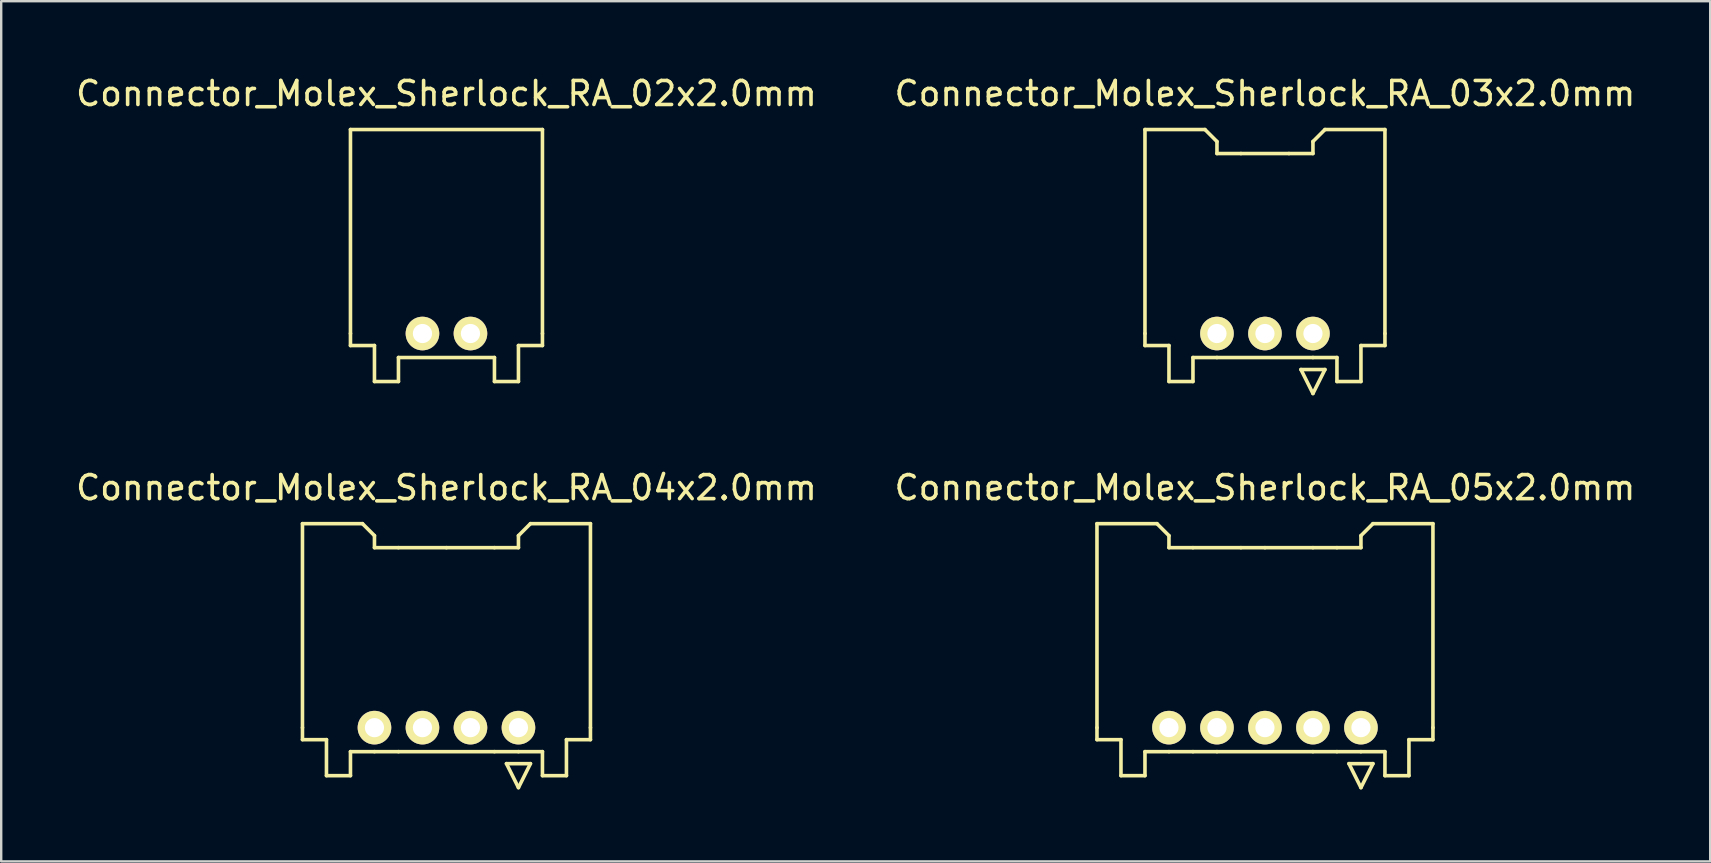
<source format=kicad_pcb>
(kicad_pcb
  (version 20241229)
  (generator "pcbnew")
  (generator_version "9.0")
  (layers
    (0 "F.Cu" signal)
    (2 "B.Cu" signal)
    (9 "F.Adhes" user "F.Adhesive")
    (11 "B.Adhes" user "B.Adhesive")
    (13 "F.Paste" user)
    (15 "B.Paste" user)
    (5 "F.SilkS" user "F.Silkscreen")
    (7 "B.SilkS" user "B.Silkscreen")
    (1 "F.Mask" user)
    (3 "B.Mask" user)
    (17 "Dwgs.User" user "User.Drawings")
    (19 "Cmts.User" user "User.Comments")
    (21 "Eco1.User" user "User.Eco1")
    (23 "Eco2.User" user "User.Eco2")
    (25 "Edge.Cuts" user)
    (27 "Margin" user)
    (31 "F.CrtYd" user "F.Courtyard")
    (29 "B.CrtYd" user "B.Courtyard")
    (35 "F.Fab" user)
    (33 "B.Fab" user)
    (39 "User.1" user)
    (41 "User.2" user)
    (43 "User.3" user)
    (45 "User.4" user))
  (footprint "Connector_Molex_Sherlock_RA_03x2.0mm"
    (layer "F.Cu")
    (at 49.661 10.848)
    (property "Reference" "Connector_Molex_Sherlock_RA_03x2.0mm" (at 0 -10 0) (layer "F.SilkS") (effects (font (size 1 1) (thickness 0.15))))
    (attr through_hole)
    (fp_line (start -5 -8.5) (end -5 0) (stroke (width 0.15) (type solid)) (layer "F.SilkS"))
    (fp_line (start -5 0.5) (end -5 0) (stroke (width 0.15) (type solid)) (layer "F.SilkS"))
    (fp_line (start -4 0.5) (end -5 0.5) (stroke (width 0.15) (type solid)) (layer "F.SilkS"))
    (fp_line (start -4 2) (end -4 0.5) (stroke (width 0.15) (type solid)) (layer "F.SilkS"))
    (fp_line (start -3 1) (end -3 2) (stroke (width 0.15) (type solid)) (layer "F.SilkS"))
    (fp_line (start -3 2) (end -4 2) (stroke (width 0.15) (type solid)) (layer "F.SilkS"))
    (fp_line (start -2.5 -8.5) (end -5 -8.5) (stroke (width 0.15) (type solid)) (layer "F.SilkS"))
    (fp_line (start -2 -8) (end -2.5 -8.5) (stroke (width 0.15) (type solid)) (layer "F.SilkS"))
    (fp_line (start -2 -7.5) (end -2 -8) (stroke (width 0.15) (type solid)) (layer "F.SilkS"))
    (fp_line (start -2 1) (end -3 1) (stroke (width 0.15) (type solid)) (layer "F.SilkS"))
    (fp_line (start -1 -7.5) (end -2 -7.5) (stroke (width 0.15) (type solid)) (layer "F.SilkS"))
    (fp_line (start 1 -7.5) (end -1 -7.5) (stroke (width 0.15) (type solid)) (layer "F.SilkS"))
    (fp_line (start 1.5 1.5) (end 2 2.5) (stroke (width 0.15) (type solid)) (layer "F.SilkS"))
    (fp_line (start 2 -8) (end 2.5 -8.5) (stroke (width 0.15) (type solid)) (layer "F.SilkS"))
    (fp_line (start 2 -7.5) (end 1 -7.5) (stroke (width 0.15) (type solid)) (layer "F.SilkS"))
    (fp_line (start 2 -7.5) (end 2 -8) (stroke (width 0.15) (type solid)) (layer "F.SilkS"))
    (fp_line (start 2 1) (end -2 1) (stroke (width 0.15) (type solid)) (layer "F.SilkS"))
    (fp_line (start 2 2.5) (end 2.5 1.5) (stroke (width 0.15) (type solid)) (layer "F.SilkS"))
    (fp_line (start 2.5 -8.5) (end 5 -8.5) (stroke (width 0.15) (type solid)) (layer "F.SilkS"))
    (fp_line (start 2.5 1.5) (end 1.5 1.5) (stroke (width 0.15) (type solid)) (layer "F.SilkS"))
    (fp_line (start 3 1) (end 2 1) (stroke (width 0.15) (type solid)) (layer "F.SilkS"))
    (fp_line (start 3 2) (end 3 1) (stroke (width 0.15) (type solid)) (layer "F.SilkS"))
    (fp_line (start 4 0.5) (end 4 2) (stroke (width 0.15) (type solid)) (layer "F.SilkS"))
    (fp_line (start 4 0.5) (end 5 0.5) (stroke (width 0.15) (type solid)) (layer "F.SilkS"))
    (fp_line (start 4 2) (end 3 2) (stroke (width 0.15) (type solid)) (layer "F.SilkS"))
    (fp_line (start 5 -8.5) (end 5 0) (stroke (width 0.15) (type solid)) (layer "F.SilkS"))
    (fp_line (start 5 0.5) (end 5 0) (stroke (width 0.15) (type solid)) (layer "F.SilkS"))
    (pad "1" thru_hole circle (at 2 0) (size 1.4 1.4) (drill 0.8) (layers "*.Cu" "*.Mask" "F.SilkS"))
    (pad "2" thru_hole circle (at 0 0) (size 1.4 1.4) (drill 0.8) (layers "*.Cu" "*.Mask" "F.SilkS"))
    (pad "3" thru_hole circle (at -2 0) (size 1.4 1.4) (drill 0.8) (layers "*.Cu" "*.Mask" "F.SilkS")))
  (footprint "Connector_Molex_Sherlock_RA_04x2.0mm"
    (layer "F.Cu")
    (at 15.554 27.271)
    (property "Reference" "Connector_Molex_Sherlock_RA_04x2.0mm" (at 0 -10 0) (layer "F.SilkS") (effects (font (size 1 1) (thickness 0.15))))
    (attr through_hole)
    (fp_line (start -6 -8.5) (end -6 0) (stroke (width 0.15) (type solid)) (layer "F.SilkS"))
    (fp_line (start -6 0.5) (end -6 0) (stroke (width 0.15) (type solid)) (layer "F.SilkS"))
    (fp_line (start -5 0.5) (end -6 0.5) (stroke (width 0.15) (type solid)) (layer "F.SilkS"))
    (fp_line (start -5 2) (end -5 0.5) (stroke (width 0.15) (type solid)) (layer "F.SilkS"))
    (fp_line (start -4 1) (end -4 2) (stroke (width 0.15) (type solid)) (layer "F.SilkS"))
    (fp_line (start -4 2) (end -5 2) (stroke (width 0.15) (type solid)) (layer "F.SilkS"))
    (fp_line (start -3.5 -8.5) (end -6 -8.5) (stroke (width 0.15) (type solid)) (layer "F.SilkS"))
    (fp_line (start -3 -8) (end -3.5 -8.5) (stroke (width 0.15) (type solid)) (layer "F.SilkS"))
    (fp_line (start -3 -7.5) (end -3 -8) (stroke (width 0.15) (type solid)) (layer "F.SilkS"))
    (fp_line (start -3 1) (end -4 1) (stroke (width 0.15) (type solid)) (layer "F.SilkS"))
    (fp_line (start -2 -7.5) (end -3 -7.5) (stroke (width 0.15) (type solid)) (layer "F.SilkS"))
    (fp_line (start -2 1) (end -3 1) (stroke (width 0.15) (type solid)) (layer "F.SilkS"))
    (fp_line (start 0 -7.5) (end -2 -7.5) (stroke (width 0.15) (type solid)) (layer "F.SilkS"))
    (fp_line (start 2 -7.5) (end 0 -7.5) (stroke (width 0.15) (type solid)) (layer "F.SilkS"))
    (fp_line (start 2 1) (end -2 1) (stroke (width 0.15) (type solid)) (layer "F.SilkS"))
    (fp_line (start 2 1) (end 3 1) (stroke (width 0.15) (type solid)) (layer "F.SilkS"))
    (fp_line (start 2.5 1.5) (end 3 2.5) (stroke (width 0.15) (type solid)) (layer "F.SilkS"))
    (fp_line (start 3 -8) (end 3.5 -8.5) (stroke (width 0.15) (type solid)) (layer "F.SilkS"))
    (fp_line (start 3 -7.5) (end 2 -7.5) (stroke (width 0.15) (type solid)) (layer "F.SilkS"))
    (fp_line (start 3 -7.5) (end 3 -8) (stroke (width 0.15) (type solid)) (layer "F.SilkS"))
    (fp_line (start 3 2.5) (end 3.5 1.5) (stroke (width 0.15) (type solid)) (layer "F.SilkS"))
    (fp_line (start 3.5 -8.5) (end 6 -8.5) (stroke (width 0.15) (type solid)) (layer "F.SilkS"))
    (fp_line (start 3.5 1.5) (end 2.5 1.5) (stroke (width 0.15) (type solid)) (layer "F.SilkS"))
    (fp_line (start 4 1) (end 3 1) (stroke (width 0.15) (type solid)) (layer "F.SilkS"))
    (fp_line (start 4 2) (end 4 1) (stroke (width 0.15) (type solid)) (layer "F.SilkS"))
    (fp_line (start 5 0.5) (end 5 2) (stroke (width 0.15) (type solid)) (layer "F.SilkS"))
    (fp_line (start 5 0.5) (end 6 0.5) (stroke (width 0.15) (type solid)) (layer "F.SilkS"))
    (fp_line (start 5 2) (end 4 2) (stroke (width 0.15) (type solid)) (layer "F.SilkS"))
    (fp_line (start 6 -8.5) (end 6 0) (stroke (width 0.15) (type solid)) (layer "F.SilkS"))
    (fp_line (start 6 0.5) (end 6 0) (stroke (width 0.15) (type solid)) (layer "F.SilkS"))
    (pad "1" thru_hole circle (at 3 0) (size 1.4 1.4) (drill 0.8) (layers "*.Cu" "*.Mask" "F.SilkS"))
    (pad "2" thru_hole circle (at 1 0) (size 1.4 1.4) (drill 0.8) (layers "*.Cu" "*.Mask" "F.SilkS"))
    (pad "3" thru_hole circle (at -1 0) (size 1.4 1.4) (drill 0.8) (layers "*.Cu" "*.Mask" "F.SilkS"))
    (pad "4" thru_hole circle (at -3 0) (size 1.4 1.4) (drill 0.8) (layers "*.Cu" "*.Mask" "F.SilkS")))
  (footprint "Connector_Molex_Sherlock_RA_02x2.0mm"
    (layer "F.Cu")
    (at 15.554 10.848)
    (property "Reference" "Connector_Molex_Sherlock_RA_02x2.0mm" (at 0 -10 0) (layer "F.SilkS") (effects (font (size 1 1) (thickness 0.15))))
    (attr through_hole)
    (fp_line (start -4 -8.5) (end -4 0) (stroke (width 0.15) (type solid)) (layer "F.SilkS"))
    (fp_line (start -4 -8.5) (end 4 -8.5) (stroke (width 0.15) (type solid)) (layer "F.SilkS"))
    (fp_line (start -4 0.5) (end -4 0) (stroke (width 0.15) (type solid)) (layer "F.SilkS"))
    (fp_line (start -3 0.5) (end -4 0.5) (stroke (width 0.15) (type solid)) (layer "F.SilkS"))
    (fp_line (start -3 2) (end -3 0.5) (stroke (width 0.15) (type solid)) (layer "F.SilkS"))
    (fp_line (start -2 1) (end -2 2) (stroke (width 0.15) (type solid)) (layer "F.SilkS"))
    (fp_line (start -2 2) (end -3 2) (stroke (width 0.15) (type solid)) (layer "F.SilkS"))
    (fp_line (start 2 1) (end -2 1) (stroke (width 0.15) (type solid)) (layer "F.SilkS"))
    (fp_line (start 2 2) (end 2 1) (stroke (width 0.15) (type solid)) (layer "F.SilkS"))
    (fp_line (start 3 0.5) (end 3 2) (stroke (width 0.15) (type solid)) (layer "F.SilkS"))
    (fp_line (start 3 0.5) (end 4 0.5) (stroke (width 0.15) (type solid)) (layer "F.SilkS"))
    (fp_line (start 3 2) (end 2 2) (stroke (width 0.15) (type solid)) (layer "F.SilkS"))
    (fp_line (start 4 -8.5) (end 4 0) (stroke (width 0.15) (type solid)) (layer "F.SilkS"))
    (fp_line (start 4 0.5) (end 4 0) (stroke (width 0.15) (type solid)) (layer "F.SilkS"))
    (pad "1" thru_hole circle (at 1 0) (size 1.4 1.4) (drill 0.8) (layers "*.Cu" "*.Mask" "F.SilkS"))
    (pad "2" thru_hole circle (at -1 0) (size 1.4 1.4) (drill 0.8) (layers "*.Cu" "*.Mask" "F.SilkS")))
  (footprint "Connector_Molex_Sherlock_RA_05x2.0mm"
    (layer "F.Cu")
    (at 49.661 27.271)
    (property "Reference" "Connector_Molex_Sherlock_RA_05x2.0mm" (at 0 -10 0) (layer "F.SilkS") (effects (font (size 1 1) (thickness 0.15))))
    (attr through_hole)
    (fp_line (start -7 -8.5) (end -7 0) (stroke (width 0.15) (type solid)) (layer "F.SilkS"))
    (fp_line (start -7 0.5) (end -7 0) (stroke (width 0.15) (type solid)) (layer "F.SilkS"))
    (fp_line (start -6 0.5) (end -7 0.5) (stroke (width 0.15) (type solid)) (layer "F.SilkS"))
    (fp_line (start -6 2) (end -6 0.5) (stroke (width 0.15) (type solid)) (layer "F.SilkS"))
    (fp_line (start -5 1) (end -5 2) (stroke (width 0.15) (type solid)) (layer "F.SilkS"))
    (fp_line (start -5 2) (end -6 2) (stroke (width 0.15) (type solid)) (layer "F.SilkS"))
    (fp_line (start -4.5 -8.5) (end -7 -8.5) (stroke (width 0.15) (type solid)) (layer "F.SilkS"))
    (fp_line (start -4 -8) (end -4.5 -8.5) (stroke (width 0.15) (type solid)) (layer "F.SilkS"))
    (fp_line (start -4 -7.5) (end -4 -8) (stroke (width 0.15) (type solid)) (layer "F.SilkS"))
    (fp_line (start -4 1) (end -5 1) (stroke (width 0.15) (type solid)) (layer "F.SilkS"))
    (fp_line (start -3 -7.5) (end -4 -7.5) (stroke (width 0.15) (type solid)) (layer "F.SilkS"))
    (fp_line (start -3 1) (end -4 1) (stroke (width 0.15) (type solid)) (layer "F.SilkS"))
    (fp_line (start -2 1) (end -3 1) (stroke (width 0.15) (type solid)) (layer "F.SilkS"))
    (fp_line (start -1 -7.5) (end -3 -7.5) (stroke (width 0.15) (type solid)) (layer "F.SilkS"))
    (fp_line (start 0 -7.5) (end -1 -7.5) (stroke (width 0.15) (type solid)) (layer "F.SilkS"))
    (fp_line (start 2 -7.5) (end 0 -7.5) (stroke (width 0.15) (type solid)) (layer "F.SilkS"))
    (fp_line (start 2 1) (end -2 1) (stroke (width 0.15) (type solid)) (layer "F.SilkS"))
    (fp_line (start 3 -7.5) (end 2 -7.5) (stroke (width 0.15) (type solid)) (layer "F.SilkS"))
    (fp_line (start 3 1) (end 2 1) (stroke (width 0.15) (type solid)) (layer "F.SilkS"))
    (fp_line (start 3 1) (end 4 1) (stroke (width 0.15) (type solid)) (layer "F.SilkS"))
    (fp_line (start 3.5 1.5) (end 4 2.5) (stroke (width 0.15) (type solid)) (layer "F.SilkS"))
    (fp_line (start 4 -8) (end 4.5 -8.5) (stroke (width 0.15) (type solid)) (layer "F.SilkS"))
    (fp_line (start 4 -7.5) (end 3 -7.5) (stroke (width 0.15) (type solid)) (layer "F.SilkS"))
    (fp_line (start 4 -7.5) (end 4 -8) (stroke (width 0.15) (type solid)) (layer "F.SilkS"))
    (fp_line (start 4 2.5) (end 4.5 1.5) (stroke (width 0.15) (type solid)) (layer "F.SilkS"))
    (fp_line (start 4.5 -8.5) (end 7 -8.5) (stroke (width 0.15) (type solid)) (layer "F.SilkS"))
    (fp_line (start 4.5 1.5) (end 3.5 1.5) (stroke (width 0.15) (type solid)) (layer "F.SilkS"))
    (fp_line (start 5 1) (end 4 1) (stroke (width 0.15) (type solid)) (layer "F.SilkS"))
    (fp_line (start 5 2) (end 5 1) (stroke (width 0.15) (type solid)) (layer "F.SilkS"))
    (fp_line (start 6 0.5) (end 6 2) (stroke (width 0.15) (type solid)) (layer "F.SilkS"))
    (fp_line (start 6 0.5) (end 7 0.5) (stroke (width 0.15) (type solid)) (layer "F.SilkS"))
    (fp_line (start 6 2) (end 5 2) (stroke (width 0.15) (type solid)) (layer "F.SilkS"))
    (fp_line (start 7 -8.5) (end 7 0) (stroke (width 0.15) (type solid)) (layer "F.SilkS"))
    (fp_line (start 7 0.5) (end 7 0) (stroke (width 0.15) (type solid)) (layer "F.SilkS"))
    (pad "1" thru_hole circle (at 4 0) (size 1.4 1.4) (drill 0.8) (layers "*.Cu" "*.Mask" "F.SilkS"))
    (pad "2" thru_hole circle (at 2 0) (size 1.4 1.4) (drill 0.8) (layers "*.Cu" "*.Mask" "F.SilkS"))
    (pad "3" thru_hole circle (at 0 0) (size 1.4 1.4) (drill 0.8) (layers "*.Cu" "*.Mask" "F.SilkS"))
    (pad "4" thru_hole circle (at -2 0) (size 1.4 1.4) (drill 0.8) (layers "*.Cu" "*.Mask" "F.SilkS"))
    (pad "5" thru_hole circle (at -4 0) (size 1.4 1.4) (drill 0.8) (layers "*.Cu" "*.Mask" "F.SilkS")))
  (gr_rect
    (start -3 -3)
    (end 68.214 32.846)
    (stroke (width 0.1) (type default))
    (fill no)
    (layer "Edge.Cuts")))
</source>
